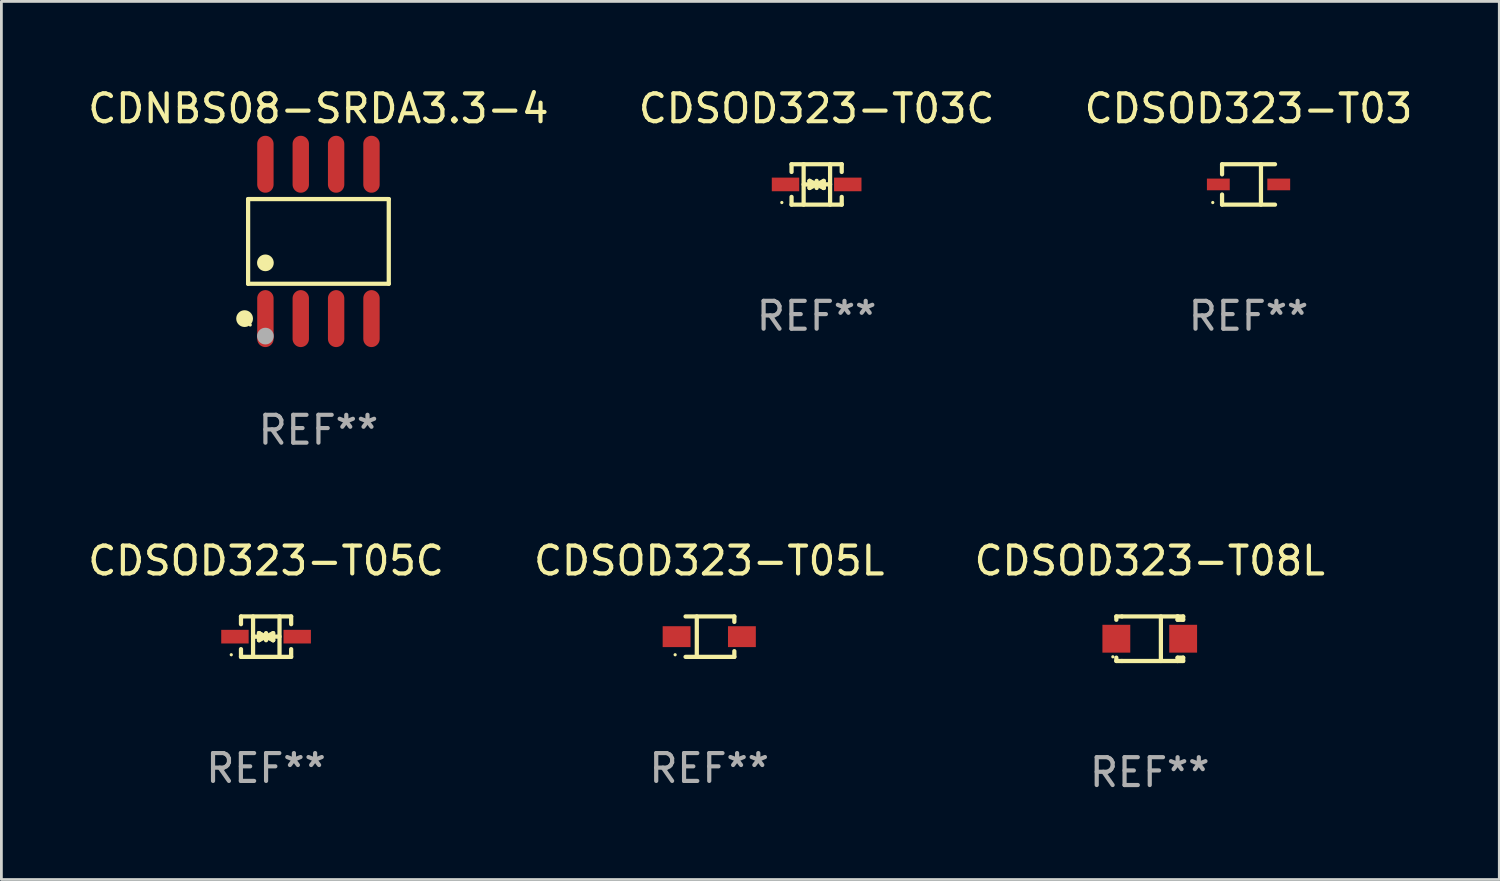
<source format=kicad_pcb>
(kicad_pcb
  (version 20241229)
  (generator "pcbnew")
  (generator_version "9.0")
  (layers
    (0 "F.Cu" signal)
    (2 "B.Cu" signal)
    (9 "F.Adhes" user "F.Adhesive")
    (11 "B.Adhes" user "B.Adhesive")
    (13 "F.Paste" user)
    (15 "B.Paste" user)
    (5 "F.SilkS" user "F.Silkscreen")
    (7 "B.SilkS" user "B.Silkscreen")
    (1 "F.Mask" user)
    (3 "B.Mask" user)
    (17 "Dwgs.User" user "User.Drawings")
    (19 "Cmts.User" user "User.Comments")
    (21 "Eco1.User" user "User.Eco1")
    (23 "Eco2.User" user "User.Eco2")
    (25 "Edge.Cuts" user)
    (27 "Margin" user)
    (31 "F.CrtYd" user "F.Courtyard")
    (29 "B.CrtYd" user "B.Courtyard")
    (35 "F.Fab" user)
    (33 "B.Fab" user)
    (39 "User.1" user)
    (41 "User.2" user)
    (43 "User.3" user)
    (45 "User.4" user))
  (footprint "CDSOD323-T05C"
    (layer "F.Cu")
    (at 6.506 19.816)
    (property "Reference" "CDSOD323-T05C" (at 0 -2.726 0) (layer "F.SilkS") (effects (font (size 1 1) (thickness 0.15))))
    (attr through_hole)
    (fp_line (start -0.901 -0.726) (end -0.901 -0.448) (stroke (width 0.152) (type solid)) (layer "F.SilkS"))
    (fp_line (start -0.901 0.726) (end -0.901 0.448) (stroke (width 0.152) (type solid)) (layer "F.SilkS"))
    (fp_line (start -0.467 0) (end 0.483 -0.003) (stroke (width 0.154) (type solid)) (layer "F.SilkS"))
    (fp_line (start -0.467 0.726) (end -0.467 -0.726) (stroke (width 0.152) (type solid)) (layer "F.SilkS"))
    (fp_line (start -0.254 -0.127) (end -0.254 -0.127) (stroke (width 0.154) (type solid)) (layer "F.SilkS"))
    (fp_line (start -0.254 -0.127) (end -0.002 -0.003) (stroke (width 0.154) (type solid)) (layer "F.SilkS"))
    (fp_line (start -0.254 0.127) (end -0.254 -0.127) (stroke (width 0.154) (type solid)) (layer "F.SilkS"))
    (fp_line (start -0.127 0) (end 0.003 0) (stroke (width 0.154) (type solid)) (layer "F.SilkS"))
    (fp_line (start -0.003 0) (end -0.254 0.127) (stroke (width 0.154) (type solid)) (layer "F.SilkS"))
    (fp_line (start 0 -0.127) (end 0 0.127) (stroke (width 0.154) (type solid)) (layer "F.SilkS"))
    (fp_line (start 0.003 0) (end 0.254 -0.127) (stroke (width 0.154) (type solid)) (layer "F.SilkS"))
    (fp_line (start 0.127 0) (end -0.003 0) (stroke (width 0.154) (type solid)) (layer "F.SilkS"))
    (fp_line (start 0.254 -0.127) (end 0.254 0.127) (stroke (width 0.154) (type solid)) (layer "F.SilkS"))
    (fp_line (start 0.254 0.127) (end 0.002 0.003) (stroke (width 0.154) (type solid)) (layer "F.SilkS"))
    (fp_line (start 0.254 0.127) (end 0.254 0.127) (stroke (width 0.154) (type solid)) (layer "F.SilkS"))
    (fp_line (start 0.483 0.726) (end 0.483 -0.726) (stroke (width 0.152) (type solid)) (layer "F.SilkS"))
    (fp_line (start 0.901 -0.726) (end -0.901 -0.726) (stroke (width 0.152) (type solid)) (layer "F.SilkS"))
    (fp_line (start 0.901 -0.726) (end 0.901 -0.448) (stroke (width 0.152) (type solid)) (layer "F.SilkS"))
    (fp_line (start 0.901 0.726) (end -0.901 0.726) (stroke (width 0.152) (type solid)) (layer "F.SilkS"))
    (fp_line (start 0.901 0.726) (end 0.901 0.448) (stroke (width 0.152) (type solid)) (layer "F.SilkS"))
    (fp_circle (center -1.25 0.65) (end -1.22 0.65) (stroke (width 0.06) (type solid)) (fill no) (layer "F.SilkS"))
    (fp_text user "REF**" (at 0 4.726 0) (layer "F.Fab") (effects (font (size 1 1) (thickness 0.15))))
    (pad "1" smd rect (at -1.118 0) (size 0.985 0.49) (layers "F.Cu" "F.Mask" "F.Paste"))
    (pad "2" smd rect (at 1.118 0) (size 0.985 0.49) (layers "F.Cu" "F.Mask" "F.Paste")))
  (footprint "CDNBS08-SRDA3.3-4"
    (layer "F.Cu")
    (at 8.387 5.621)
    (property "Reference" "CDNBS08-SRDA3.3-4" (at 0 -4.772 0) (layer "F.SilkS") (effects (font (size 1 1) (thickness 0.15))))
    (attr through_hole)
    (fp_line (start -2.526 -1.521) (end 2.526 -1.521) (stroke (width 0.152) (type solid)) (layer "F.SilkS"))
    (fp_line (start -2.526 1.521) (end -2.526 -1.521) (stroke (width 0.152) (type solid)) (layer "F.SilkS"))
    (fp_line (start 2.526 -1.521) (end 2.526 1.521) (stroke (width 0.152) (type solid)) (layer "F.SilkS"))
    (fp_line (start 2.526 1.521) (end -2.526 1.521) (stroke (width 0.152) (type solid)) (layer "F.SilkS"))
    (fp_circle (center -2.652 2.772) (end -2.501 2.772) (stroke (width 0.3) (type solid)) (fill no) (layer "F.SilkS"))
    (fp_circle (center -2.45 3) (end -2.42 3) (stroke (width 0.06) (type solid)) (fill no) (layer "F.SilkS"))
    (fp_circle (center -1.905 0.769) (end -1.755 0.769) (stroke (width 0.3) (type solid)) (fill no) (layer "F.SilkS"))
    (fp_circle (center -1.905 3.4) (end -1.755 3.4) (stroke (width 0.3) (type solid)) (fill no) (layer "F.Fab"))
    (fp_text user "REF**" (at 0 6.772 0) (layer "F.Fab") (effects (font (size 1 1) (thickness 0.15))))
    (pad "1" smd oval (at -1.905 2.772) (size 0.588 2.045) (layers "F.Cu" "F.Mask" "F.Paste"))
    (pad "2" smd oval (at -0.635 2.772) (size 0.588 2.045) (layers "F.Cu" "F.Mask" "F.Paste"))
    (pad "3" smd oval (at 0.635 2.772) (size 0.588 2.045) (layers "F.Cu" "F.Mask" "F.Paste"))
    (pad "4" smd oval (at 1.905 2.772) (size 0.588 2.045) (layers "F.Cu" "F.Mask" "F.Paste"))
    (pad "5" smd oval (at 1.905 -2.772) (size 0.588 2.045) (layers "F.Cu" "F.Mask" "F.Paste"))
    (pad "6" smd oval (at 0.635 -2.772) (size 0.588 2.045) (layers "F.Cu" "F.Mask" "F.Paste"))
    (pad "7" smd oval (at -0.635 -2.772) (size 0.588 2.045) (layers "F.Cu" "F.Mask" "F.Paste"))
    (pad "8" smd oval (at -1.905 -2.772) (size 0.588 2.045) (layers "F.Cu" "F.Mask" "F.Paste")))
  (footprint "CDSOD323-T08L"
    (layer "F.Cu")
    (at 38.244 19.89)
    (property "Reference" "CDSOD323-T08L" (at 0 -2.8 0) (layer "F.SilkS") (effects (font (size 1 1) (thickness 0.15))))
    (attr through_hole)
    (fp_line (start -1.2 -0.8) (end -1.2 -0.68) (stroke (width 0.152) (type solid)) (layer "F.SilkS"))
    (fp_line (start -1.2 0.68) (end -1.2 0.8) (stroke (width 0.152) (type solid)) (layer "F.SilkS"))
    (fp_line (start -1.2 0.8) (end -1 0.8) (stroke (width 0.152) (type solid)) (layer "F.SilkS"))
    (fp_line (start -1 -0.8) (end -1.2 -0.8) (stroke (width 0.152) (type solid)) (layer "F.SilkS"))
    (fp_line (start -1 -0.8) (end 1 -0.8) (stroke (width 0.152) (type solid)) (layer "F.SilkS"))
    (fp_line (start -1 0.8) (end 1 0.8) (stroke (width 0.152) (type solid)) (layer "F.SilkS"))
    (fp_line (start 0.4 -0.8) (end 0.4 0.8) (stroke (width 0.152) (type solid)) (layer "F.SilkS"))
    (fp_line (start 1 -0.8) (end 1 -0.68) (stroke (width 0.152) (type solid)) (layer "F.SilkS"))
    (fp_line (start 1 -0.8) (end 1.2 -0.8) (stroke (width 0.152) (type solid)) (layer "F.SilkS"))
    (fp_line (start 1 0.68) (end 1 0.8) (stroke (width 0.152) (type solid)) (layer "F.SilkS"))
    (fp_line (start 1 0.68) (end 1.2 0.68) (stroke (width 0.152) (type solid)) (layer "F.SilkS"))
    (fp_line (start 1.2 -0.8) (end 1.2 -0.68) (stroke (width 0.152) (type solid)) (layer "F.SilkS"))
    (fp_line (start 1.2 -0.68) (end 1 -0.68) (stroke (width 0.152) (type solid)) (layer "F.SilkS"))
    (fp_line (start 1.2 0.68) (end 1.2 0.8) (stroke (width 0.152) (type solid)) (layer "F.SilkS"))
    (fp_line (start 1.2 0.8) (end 1 0.8) (stroke (width 0.152) (type solid)) (layer "F.SilkS"))
    (fp_circle (center -1.325 0.65) (end -1.295 0.65) (stroke (width 0.06) (type solid)) (fill no) (layer "F.SilkS"))
    (fp_text user "REF**" (at 0 4.8 0) (layer "F.Fab") (effects (font (size 1 1) (thickness 0.15))))
    (pad "1" smd rect (at -1.2 0 180) (size 1 1) (layers "F.Cu" "F.Mask" "F.Paste"))
    (pad "2" smd rect (at 1.2 0 180) (size 1 1) (layers "F.Cu" "F.Mask" "F.Paste")))
  (footprint "CDSOD323-T03"
    (layer "F.Cu")
    (at 41.792 3.574)
    (property "Reference" "CDSOD323-T03" (at 0 -2.726 0) (layer "F.SilkS") (effects (font (size 1 1) (thickness 0.15))))
    (attr through_hole)
    (fp_line (start -0.951 -0.726) (end 0.951 -0.726) (stroke (width 0.152) (type solid)) (layer "F.SilkS"))
    (fp_line (start -0.951 -0.362) (end -0.951 -0.726) (stroke (width 0.152) (type solid)) (layer "F.SilkS"))
    (fp_line (start -0.951 0.362) (end -0.951 0.726) (stroke (width 0.152) (type solid)) (layer "F.SilkS"))
    (fp_line (start -0.951 0.726) (end 0.951 0.726) (stroke (width 0.152) (type solid)) (layer "F.SilkS"))
    (fp_line (start 0.446 -0.726) (end 0.446 0.726) (stroke (width 0.152) (type solid)) (layer "F.SilkS"))
    (fp_circle (center -1.285 0.65) (end -1.255 0.65) (stroke (width 0.06) (type solid)) (fill no) (layer "F.SilkS"))
    (fp_text user "REF**" (at 0 4.726 0) (layer "F.Fab") (effects (font (size 1 1) (thickness 0.15))))
    (pad "1" smd rect (at -1.085 0) (size 0.82 0.42) (layers "F.Cu" "F.Mask" "F.Paste"))
    (pad "2" smd rect (at 1.085 0) (size 0.82 0.42) (layers "F.Cu" "F.Mask" "F.Paste")))
  (footprint "CDSOD323-T05L"
    (layer "F.Cu")
    (at 22.423 19.816)
    (property "Reference" "CDSOD323-T05L" (at 0 -2.726 0) (layer "F.SilkS") (effects (font (size 1 1) (thickness 0.15))))
    (attr through_hole)
    (fp_line (start -0.851 -0.726) (end 0.901 -0.726) (stroke (width 0.152) (type solid)) (layer "F.SilkS"))
    (fp_line (start -0.851 0.726) (end 0.901 0.726) (stroke (width 0.152) (type solid)) (layer "F.SilkS"))
    (fp_line (start -0.447 -0.726) (end -0.447 0.726) (stroke (width 0.152) (type solid)) (layer "F.SilkS"))
    (fp_line (start 0.901 -0.726) (end 0.901 -0.53) (stroke (width 0.152) (type solid)) (layer "F.SilkS"))
    (fp_line (start 0.901 0.726) (end 0.901 0.52) (stroke (width 0.152) (type solid)) (layer "F.SilkS"))
    (fp_circle (center -1.225 0.65) (end -1.195 0.65) (stroke (width 0.06) (type solid)) (fill no) (layer "F.SilkS"))
    (fp_text user "REF**" (at 0 4.726 0) (layer "F.Fab") (effects (font (size 1 1) (thickness 0.15))))
    (pad "1" smd rect (at -1.173 0) (size 1 0.75) (layers "F.Cu" "F.Mask" "F.Paste"))
    (pad "2" smd rect (at 1.173 0) (size 1 0.75) (layers "F.Cu" "F.Mask" "F.Paste")))
  (footprint "CDSOD323-T03C"
    (layer "F.Cu")
    (at 26.28 3.574)
    (property "Reference" "CDSOD323-T03C" (at 0 -2.726 0) (layer "F.SilkS") (effects (font (size 1 1) (thickness 0.15))))
    (attr through_hole)
    (fp_line (start -0.901 -0.726) (end -0.901 -0.448) (stroke (width 0.152) (type solid)) (layer "F.SilkS"))
    (fp_line (start -0.901 0.726) (end -0.901 0.448) (stroke (width 0.152) (type solid)) (layer "F.SilkS"))
    (fp_line (start -0.467 0) (end 0.483 -0.003) (stroke (width 0.154) (type solid)) (layer "F.SilkS"))
    (fp_line (start -0.467 0.726) (end -0.467 -0.726) (stroke (width 0.152) (type solid)) (layer "F.SilkS"))
    (fp_line (start -0.254 -0.127) (end -0.254 -0.127) (stroke (width 0.154) (type solid)) (layer "F.SilkS"))
    (fp_line (start -0.254 -0.127) (end -0.002 -0.003) (stroke (width 0.154) (type solid)) (layer "F.SilkS"))
    (fp_line (start -0.254 0.127) (end -0.254 -0.127) (stroke (width 0.154) (type solid)) (layer "F.SilkS"))
    (fp_line (start -0.127 0) (end 0.003 0) (stroke (width 0.154) (type solid)) (layer "F.SilkS"))
    (fp_line (start -0.003 0) (end -0.254 0.127) (stroke (width 0.154) (type solid)) (layer "F.SilkS"))
    (fp_line (start 0 -0.127) (end 0 0.127) (stroke (width 0.154) (type solid)) (layer "F.SilkS"))
    (fp_line (start 0.003 0) (end 0.254 -0.127) (stroke (width 0.154) (type solid)) (layer "F.SilkS"))
    (fp_line (start 0.127 0) (end -0.003 0) (stroke (width 0.154) (type solid)) (layer "F.SilkS"))
    (fp_line (start 0.254 -0.127) (end 0.254 0.127) (stroke (width 0.154) (type solid)) (layer "F.SilkS"))
    (fp_line (start 0.254 0.127) (end 0.002 0.003) (stroke (width 0.154) (type solid)) (layer "F.SilkS"))
    (fp_line (start 0.254 0.127) (end 0.254 0.127) (stroke (width 0.154) (type solid)) (layer "F.SilkS"))
    (fp_line (start 0.483 0.726) (end 0.483 -0.726) (stroke (width 0.152) (type solid)) (layer "F.SilkS"))
    (fp_line (start 0.901 -0.726) (end -0.901 -0.726) (stroke (width 0.152) (type solid)) (layer "F.SilkS"))
    (fp_line (start 0.901 -0.726) (end 0.901 -0.448) (stroke (width 0.152) (type solid)) (layer "F.SilkS"))
    (fp_line (start 0.901 0.726) (end -0.901 0.726) (stroke (width 0.152) (type solid)) (layer "F.SilkS"))
    (fp_line (start 0.901 0.726) (end 0.901 0.448) (stroke (width 0.152) (type solid)) (layer "F.SilkS"))
    (fp_circle (center -1.25 0.65) (end -1.22 0.65) (stroke (width 0.06) (type solid)) (fill no) (layer "F.SilkS"))
    (fp_text user "REF**" (at 0 4.726 0) (layer "F.Fab") (effects (font (size 1 1) (thickness 0.15))))
    (pad "1" smd rect (at -1.118 0) (size 0.985 0.49) (layers "F.Cu" "F.Mask" "F.Paste"))
    (pad "2" smd rect (at 1.118 0) (size 0.985 0.49) (layers "F.Cu" "F.Mask" "F.Paste")))
  (gr_rect
    (start -3 -3)
    (end 50.798 28.538)
    (stroke (width 0.1) (type default))
    (fill no)
    (layer "Edge.Cuts")))
</source>
